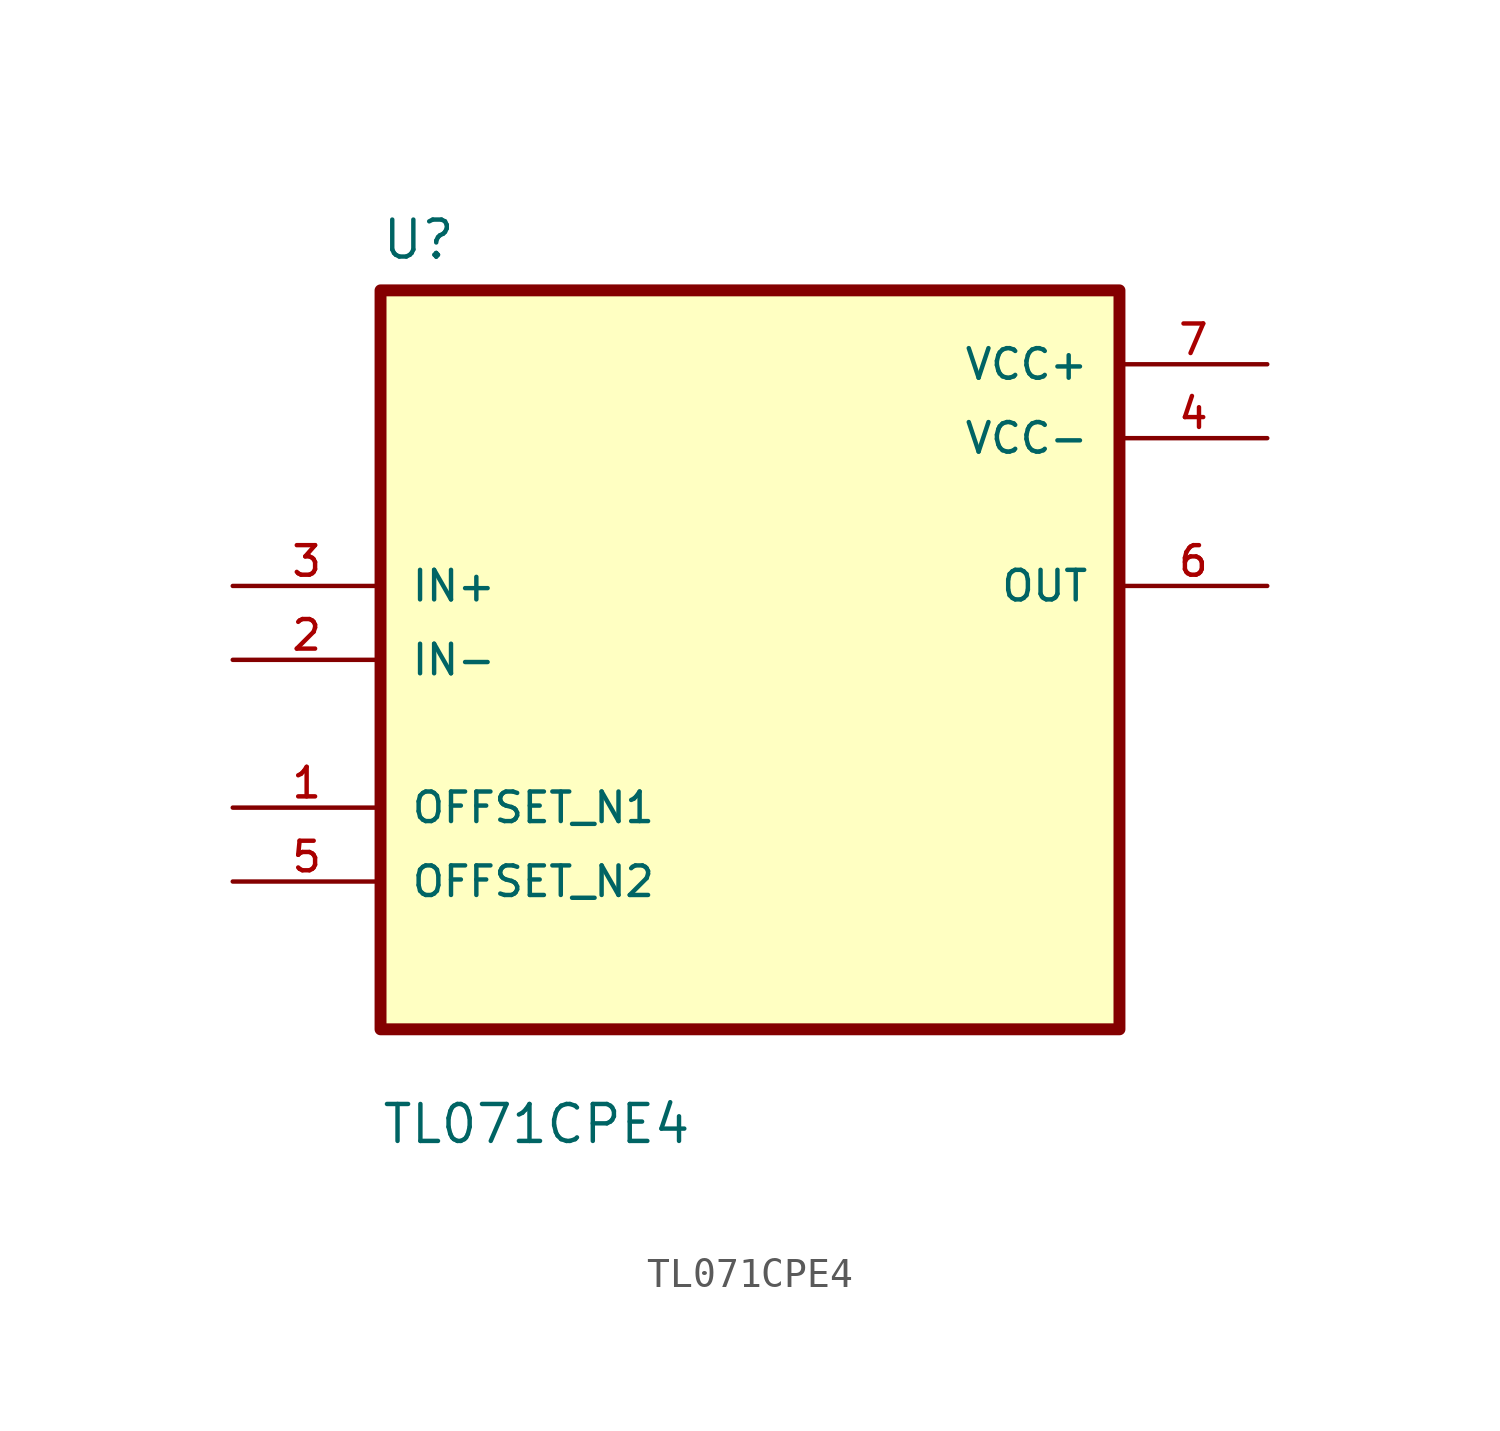
<source format=kicad_sym>
(kicad_symbol_lib
  (version 20211014)
  (generator kicad_symbol_editor)
  (symbol "TL071CPE4"
    (pin_names
      (offset 1.016))
    (property "Reference" "U"
      (at -12.7 13.7 0.0)
      (effects (font (size 1.27 1.27)) (justify bottom left)))
    (property "Value" "TL071CPE4"
      (at -12.7 -16.7 0.0)
      (effects (font (size 1.27 1.27)) (justify bottom left)))
    (symbol "TL071CPE4_0_0"
      (rectangle (start -12.7 -12.7) (end 12.7 12.7) (stroke (width 0.41)) (fill (type background)))
      (pin input line (at -17.78 2.54 0) (length 5.08) (name "IN+" (effects (font (size 1.016 1.016)))) (number "3" (effects (font (size 1.016 1.016)))))
      (pin input line (at -17.78 -8.88178e-16 0) (length 5.08) (name "IN-" (effects (font (size 1.016 1.016)))) (number "2" (effects (font (size 1.016 1.016)))))
      (pin bidirectional line (at -17.78 -5.08 0) (length 5.08) (name "OFFSET_N1" (effects (font (size 1.016 1.016)))) (number "1" (effects (font (size 1.016 1.016)))))
      (pin bidirectional line (at -17.78 -7.62 0) (length 5.08) (name "OFFSET_N2" (effects (font (size 1.016 1.016)))) (number "5" (effects (font (size 1.016 1.016)))))
      (pin power_in line (at 17.78 10.16 180.0) (length 5.08) (name "VCC+" (effects (font (size 1.016 1.016)))) (number "7" (effects (font (size 1.016 1.016)))))
      (pin power_in line (at 17.78 7.62 180.0) (length 5.08) (name "VCC-" (effects (font (size 1.016 1.016)))) (number "4" (effects (font (size 1.016 1.016)))))
      (pin output line (at 17.78 2.54 180.0) (length 5.08) (name "OUT" (effects (font (size 1.016 1.016)))) (number "6" (effects (font (size 1.016 1.016))))))))
</source>
